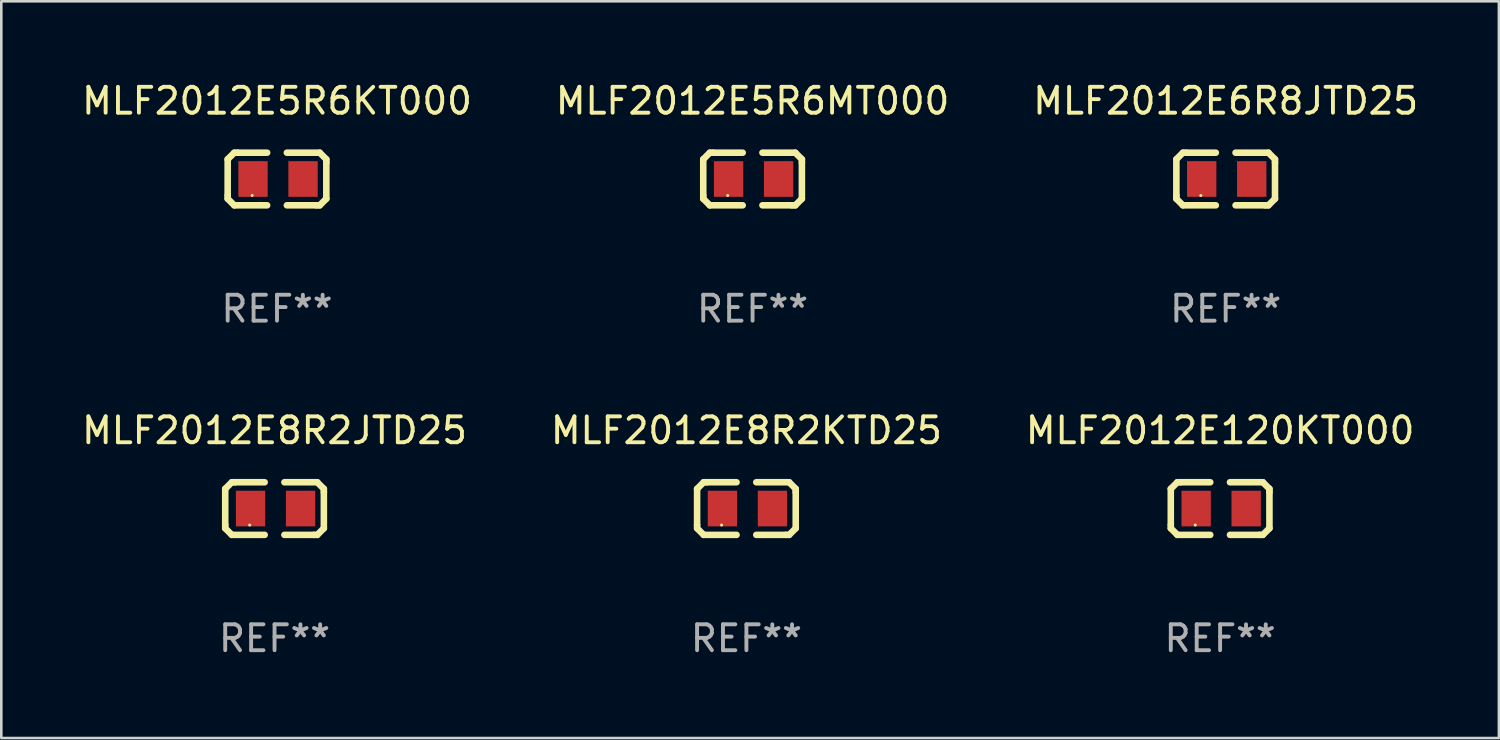
<source format=kicad_pcb>
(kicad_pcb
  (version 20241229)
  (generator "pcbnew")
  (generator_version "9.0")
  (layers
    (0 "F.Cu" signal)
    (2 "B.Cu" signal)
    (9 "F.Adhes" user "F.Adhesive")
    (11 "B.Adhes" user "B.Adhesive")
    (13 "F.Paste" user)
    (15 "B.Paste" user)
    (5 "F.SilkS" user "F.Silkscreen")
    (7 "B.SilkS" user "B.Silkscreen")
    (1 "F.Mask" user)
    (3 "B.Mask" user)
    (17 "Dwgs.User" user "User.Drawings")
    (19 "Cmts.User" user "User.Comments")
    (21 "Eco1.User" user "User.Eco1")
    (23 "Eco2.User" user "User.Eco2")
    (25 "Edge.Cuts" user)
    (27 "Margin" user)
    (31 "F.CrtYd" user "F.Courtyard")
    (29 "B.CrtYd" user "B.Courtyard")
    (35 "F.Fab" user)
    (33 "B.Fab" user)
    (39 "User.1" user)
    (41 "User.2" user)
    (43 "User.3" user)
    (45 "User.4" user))
  (footprint "MLF2012E8R2JTD25"
    (layer "F.Cu")
    (at 7.554 16.593)
    (property "Reference" "MLF2012E8R2JTD25" (at 0 -3.016 0) (layer "F.SilkS") (effects (font (size 1 1) (thickness 0.15))))
    (attr through_hole)
    (fp_line (start -1.905 -0.762) (end -1.905 0.635) (stroke (width 0.254) (type solid)) (layer "F.SilkS"))
    (fp_line (start -1.905 0.635) (end -1.905 0.762) (stroke (width 0.254) (type solid)) (layer "F.SilkS"))
    (fp_line (start -1.905 0.762) (end -1.651 1.016) (stroke (width 0.254) (type solid)) (layer "F.SilkS"))
    (fp_line (start -1.651 -1.016) (end -1.905 -0.762) (stroke (width 0.254) (type solid)) (layer "F.SilkS"))
    (fp_line (start -1.651 1.016) (end -0.381 1.016) (stroke (width 0.254) (type solid)) (layer "F.SilkS"))
    (fp_line (start -1.524 -1.016) (end -1.651 -1.016) (stroke (width 0.254) (type solid)) (layer "F.SilkS"))
    (fp_line (start -0.381 -1.016) (end -1.524 -1.016) (stroke (width 0.254) (type solid)) (layer "F.SilkS"))
    (fp_line (start 0.381 1.016) (end 1.524 1.016) (stroke (width 0.254) (type solid)) (layer "F.SilkS"))
    (fp_line (start 1.524 1.016) (end 1.651 1.016) (stroke (width 0.254) (type solid)) (layer "F.SilkS"))
    (fp_line (start 1.651 -1.016) (end 0.381 -1.016) (stroke (width 0.254) (type solid)) (layer "F.SilkS"))
    (fp_line (start 1.651 1.016) (end 1.905 0.762) (stroke (width 0.254) (type solid)) (layer "F.SilkS"))
    (fp_line (start 1.905 -0.762) (end 1.651 -1.016) (stroke (width 0.254) (type solid)) (layer "F.SilkS"))
    (fp_line (start 1.905 -0.635) (end 1.905 -0.762) (stroke (width 0.254) (type solid)) (layer "F.SilkS"))
    (fp_line (start 1.905 0.762) (end 1.905 -0.635) (stroke (width 0.254) (type solid)) (layer "F.SilkS"))
    (fp_circle (center -0.96 0.637) (end -0.93 0.637) (stroke (width 0.06) (type solid)) (fill no) (layer "F.SilkS"))
    (fp_text user "REF**" (at 0 5.016 0) (layer "F.Fab") (effects (font (size 1 1) (thickness 0.15))))
    (pad "1" smd rect (at -0.926 -0.000051) (size 1.133 1.377) (layers "F.Cu" "F.Mask" "F.Paste"))
    (pad "2" smd rect (at 1.006 -0.000051) (size 1.133 1.377) (layers "F.Cu" "F.Mask" "F.Paste")))
  (footprint "MLF2012E6R8JTD25"
    (layer "F.Cu")
    (at 44.292 3.864)
    (property "Reference" "MLF2012E6R8JTD25" (at 0 -3.016 0) (layer "F.SilkS") (effects (font (size 1 1) (thickness 0.15))))
    (attr through_hole)
    (fp_line (start -1.905 -0.762) (end -1.905 0.635) (stroke (width 0.254) (type solid)) (layer "F.SilkS"))
    (fp_line (start -1.905 0.635) (end -1.905 0.762) (stroke (width 0.254) (type solid)) (layer "F.SilkS"))
    (fp_line (start -1.905 0.762) (end -1.651 1.016) (stroke (width 0.254) (type solid)) (layer "F.SilkS"))
    (fp_line (start -1.651 -1.016) (end -1.905 -0.762) (stroke (width 0.254) (type solid)) (layer "F.SilkS"))
    (fp_line (start -1.651 1.016) (end -0.381 1.016) (stroke (width 0.254) (type solid)) (layer "F.SilkS"))
    (fp_line (start -1.524 -1.016) (end -1.651 -1.016) (stroke (width 0.254) (type solid)) (layer "F.SilkS"))
    (fp_line (start -0.381 -1.016) (end -1.524 -1.016) (stroke (width 0.254) (type solid)) (layer "F.SilkS"))
    (fp_line (start 0.381 1.016) (end 1.524 1.016) (stroke (width 0.254) (type solid)) (layer "F.SilkS"))
    (fp_line (start 1.524 1.016) (end 1.651 1.016) (stroke (width 0.254) (type solid)) (layer "F.SilkS"))
    (fp_line (start 1.651 -1.016) (end 0.381 -1.016) (stroke (width 0.254) (type solid)) (layer "F.SilkS"))
    (fp_line (start 1.651 1.016) (end 1.905 0.762) (stroke (width 0.254) (type solid)) (layer "F.SilkS"))
    (fp_line (start 1.905 -0.762) (end 1.651 -1.016) (stroke (width 0.254) (type solid)) (layer "F.SilkS"))
    (fp_line (start 1.905 -0.635) (end 1.905 -0.762) (stroke (width 0.254) (type solid)) (layer "F.SilkS"))
    (fp_line (start 1.905 0.762) (end 1.905 -0.635) (stroke (width 0.254) (type solid)) (layer "F.SilkS"))
    (fp_circle (center -0.96 0.637) (end -0.93 0.637) (stroke (width 0.06) (type solid)) (fill no) (layer "F.SilkS"))
    (fp_text user "REF**" (at 0 5.016 0) (layer "F.Fab") (effects (font (size 1 1) (thickness 0.15))))
    (pad "1" smd rect (at -0.926 -0.000051) (size 1.133 1.377) (layers "F.Cu" "F.Mask" "F.Paste"))
    (pad "2" smd rect (at 1.006 -0.000051) (size 1.133 1.377) (layers "F.Cu" "F.Mask" "F.Paste")))
  (footprint "MLF2012E5R6MT000"
    (layer "F.Cu")
    (at 26.018 3.864)
    (property "Reference" "MLF2012E5R6MT000" (at 0 -3.016 0) (layer "F.SilkS") (effects (font (size 1 1) (thickness 0.15))))
    (attr through_hole)
    (fp_line (start -1.905 -0.762) (end -1.905 0.635) (stroke (width 0.254) (type solid)) (layer "F.SilkS"))
    (fp_line (start -1.905 0.635) (end -1.905 0.762) (stroke (width 0.254) (type solid)) (layer "F.SilkS"))
    (fp_line (start -1.905 0.762) (end -1.651 1.016) (stroke (width 0.254) (type solid)) (layer "F.SilkS"))
    (fp_line (start -1.651 -1.016) (end -1.905 -0.762) (stroke (width 0.254) (type solid)) (layer "F.SilkS"))
    (fp_line (start -1.651 1.016) (end -0.381 1.016) (stroke (width 0.254) (type solid)) (layer "F.SilkS"))
    (fp_line (start -1.524 -1.016) (end -1.651 -1.016) (stroke (width 0.254) (type solid)) (layer "F.SilkS"))
    (fp_line (start -0.381 -1.016) (end -1.524 -1.016) (stroke (width 0.254) (type solid)) (layer "F.SilkS"))
    (fp_line (start 0.381 1.016) (end 1.524 1.016) (stroke (width 0.254) (type solid)) (layer "F.SilkS"))
    (fp_line (start 1.524 1.016) (end 1.651 1.016) (stroke (width 0.254) (type solid)) (layer "F.SilkS"))
    (fp_line (start 1.651 -1.016) (end 0.381 -1.016) (stroke (width 0.254) (type solid)) (layer "F.SilkS"))
    (fp_line (start 1.651 1.016) (end 1.905 0.762) (stroke (width 0.254) (type solid)) (layer "F.SilkS"))
    (fp_line (start 1.905 -0.762) (end 1.651 -1.016) (stroke (width 0.254) (type solid)) (layer "F.SilkS"))
    (fp_line (start 1.905 -0.635) (end 1.905 -0.762) (stroke (width 0.254) (type solid)) (layer "F.SilkS"))
    (fp_line (start 1.905 0.762) (end 1.905 -0.635) (stroke (width 0.254) (type solid)) (layer "F.SilkS"))
    (fp_circle (center -0.96 0.637) (end -0.93 0.637) (stroke (width 0.06) (type solid)) (fill no) (layer "F.SilkS"))
    (fp_text user "REF**" (at 0 5.016 0) (layer "F.Fab") (effects (font (size 1 1) (thickness 0.15))))
    (pad "1" smd rect (at -0.926 -0.000051) (size 1.133 1.377) (layers "F.Cu" "F.Mask" "F.Paste"))
    (pad "2" smd rect (at 1.006 -0.000051) (size 1.133 1.377) (layers "F.Cu" "F.Mask" "F.Paste")))
  (footprint "MLF2012E5R6KT000"
    (layer "F.Cu")
    (at 7.649 3.864)
    (property "Reference" "MLF2012E5R6KT000" (at 0 -3.016 0) (layer "F.SilkS") (effects (font (size 1 1) (thickness 0.15))))
    (attr through_hole)
    (fp_line (start -1.905 -0.762) (end -1.905 0.635) (stroke (width 0.254) (type solid)) (layer "F.SilkS"))
    (fp_line (start -1.905 0.635) (end -1.905 0.762) (stroke (width 0.254) (type solid)) (layer "F.SilkS"))
    (fp_line (start -1.905 0.762) (end -1.651 1.016) (stroke (width 0.254) (type solid)) (layer "F.SilkS"))
    (fp_line (start -1.651 -1.016) (end -1.905 -0.762) (stroke (width 0.254) (type solid)) (layer "F.SilkS"))
    (fp_line (start -1.651 1.016) (end -0.381 1.016) (stroke (width 0.254) (type solid)) (layer "F.SilkS"))
    (fp_line (start -1.524 -1.016) (end -1.651 -1.016) (stroke (width 0.254) (type solid)) (layer "F.SilkS"))
    (fp_line (start -0.381 -1.016) (end -1.524 -1.016) (stroke (width 0.254) (type solid)) (layer "F.SilkS"))
    (fp_line (start 0.381 1.016) (end 1.524 1.016) (stroke (width 0.254) (type solid)) (layer "F.SilkS"))
    (fp_line (start 1.524 1.016) (end 1.651 1.016) (stroke (width 0.254) (type solid)) (layer "F.SilkS"))
    (fp_line (start 1.651 -1.016) (end 0.381 -1.016) (stroke (width 0.254) (type solid)) (layer "F.SilkS"))
    (fp_line (start 1.651 1.016) (end 1.905 0.762) (stroke (width 0.254) (type solid)) (layer "F.SilkS"))
    (fp_line (start 1.905 -0.762) (end 1.651 -1.016) (stroke (width 0.254) (type solid)) (layer "F.SilkS"))
    (fp_line (start 1.905 -0.635) (end 1.905 -0.762) (stroke (width 0.254) (type solid)) (layer "F.SilkS"))
    (fp_line (start 1.905 0.762) (end 1.905 -0.635) (stroke (width 0.254) (type solid)) (layer "F.SilkS"))
    (fp_circle (center -0.96 0.637) (end -0.93 0.637) (stroke (width 0.06) (type solid)) (fill no) (layer "F.SilkS"))
    (fp_text user "REF**" (at 0 5.016 0) (layer "F.Fab") (effects (font (size 1 1) (thickness 0.15))))
    (pad "1" smd rect (at -0.926 -0.000051) (size 1.133 1.377) (layers "F.Cu" "F.Mask" "F.Paste"))
    (pad "2" smd rect (at 1.006 -0.000051) (size 1.133 1.377) (layers "F.Cu" "F.Mask" "F.Paste")))
  (footprint "MLF2012E120KT000"
    (layer "F.Cu")
    (at 44.077 16.593)
    (property "Reference" "MLF2012E120KT000" (at 0 -3.016 0) (layer "F.SilkS") (effects (font (size 1 1) (thickness 0.15))))
    (attr through_hole)
    (fp_line (start -1.905 -0.762) (end -1.905 0.635) (stroke (width 0.254) (type solid)) (layer "F.SilkS"))
    (fp_line (start -1.905 0.635) (end -1.905 0.762) (stroke (width 0.254) (type solid)) (layer "F.SilkS"))
    (fp_line (start -1.905 0.762) (end -1.651 1.016) (stroke (width 0.254) (type solid)) (layer "F.SilkS"))
    (fp_line (start -1.651 -1.016) (end -1.905 -0.762) (stroke (width 0.254) (type solid)) (layer "F.SilkS"))
    (fp_line (start -1.651 1.016) (end -0.381 1.016) (stroke (width 0.254) (type solid)) (layer "F.SilkS"))
    (fp_line (start -1.524 -1.016) (end -1.651 -1.016) (stroke (width 0.254) (type solid)) (layer "F.SilkS"))
    (fp_line (start -0.381 -1.016) (end -1.524 -1.016) (stroke (width 0.254) (type solid)) (layer "F.SilkS"))
    (fp_line (start 0.381 1.016) (end 1.524 1.016) (stroke (width 0.254) (type solid)) (layer "F.SilkS"))
    (fp_line (start 1.524 1.016) (end 1.651 1.016) (stroke (width 0.254) (type solid)) (layer "F.SilkS"))
    (fp_line (start 1.651 -1.016) (end 0.381 -1.016) (stroke (width 0.254) (type solid)) (layer "F.SilkS"))
    (fp_line (start 1.651 1.016) (end 1.905 0.762) (stroke (width 0.254) (type solid)) (layer "F.SilkS"))
    (fp_line (start 1.905 -0.762) (end 1.651 -1.016) (stroke (width 0.254) (type solid)) (layer "F.SilkS"))
    (fp_line (start 1.905 -0.635) (end 1.905 -0.762) (stroke (width 0.254) (type solid)) (layer "F.SilkS"))
    (fp_line (start 1.905 0.762) (end 1.905 -0.635) (stroke (width 0.254) (type solid)) (layer "F.SilkS"))
    (fp_circle (center -0.96 0.637) (end -0.93 0.637) (stroke (width 0.06) (type solid)) (fill no) (layer "F.SilkS"))
    (fp_text user "REF**" (at 0 5.016 0) (layer "F.Fab") (effects (font (size 1 1) (thickness 0.15))))
    (pad "1" smd rect (at -0.926 -0.000051) (size 1.133 1.377) (layers "F.Cu" "F.Mask" "F.Paste"))
    (pad "2" smd rect (at 1.006 -0.000051) (size 1.133 1.377) (layers "F.Cu" "F.Mask" "F.Paste")))
  (footprint "MLF2012E8R2KTD25"
    (layer "F.Cu")
    (at 25.78 16.593)
    (property "Reference" "MLF2012E8R2KTD25" (at 0 -3.016 0) (layer "F.SilkS") (effects (font (size 1 1) (thickness 0.15))))
    (attr through_hole)
    (fp_line (start -1.905 -0.762) (end -1.905 0.635) (stroke (width 0.254) (type solid)) (layer "F.SilkS"))
    (fp_line (start -1.905 0.635) (end -1.905 0.762) (stroke (width 0.254) (type solid)) (layer "F.SilkS"))
    (fp_line (start -1.905 0.762) (end -1.651 1.016) (stroke (width 0.254) (type solid)) (layer "F.SilkS"))
    (fp_line (start -1.651 -1.016) (end -1.905 -0.762) (stroke (width 0.254) (type solid)) (layer "F.SilkS"))
    (fp_line (start -1.651 1.016) (end -0.381 1.016) (stroke (width 0.254) (type solid)) (layer "F.SilkS"))
    (fp_line (start -1.524 -1.016) (end -1.651 -1.016) (stroke (width 0.254) (type solid)) (layer "F.SilkS"))
    (fp_line (start -0.381 -1.016) (end -1.524 -1.016) (stroke (width 0.254) (type solid)) (layer "F.SilkS"))
    (fp_line (start 0.381 1.016) (end 1.524 1.016) (stroke (width 0.254) (type solid)) (layer "F.SilkS"))
    (fp_line (start 1.524 1.016) (end 1.651 1.016) (stroke (width 0.254) (type solid)) (layer "F.SilkS"))
    (fp_line (start 1.651 -1.016) (end 0.381 -1.016) (stroke (width 0.254) (type solid)) (layer "F.SilkS"))
    (fp_line (start 1.651 1.016) (end 1.905 0.762) (stroke (width 0.254) (type solid)) (layer "F.SilkS"))
    (fp_line (start 1.905 -0.762) (end 1.651 -1.016) (stroke (width 0.254) (type solid)) (layer "F.SilkS"))
    (fp_line (start 1.905 -0.635) (end 1.905 -0.762) (stroke (width 0.254) (type solid)) (layer "F.SilkS"))
    (fp_line (start 1.905 0.762) (end 1.905 -0.635) (stroke (width 0.254) (type solid)) (layer "F.SilkS"))
    (fp_circle (center -0.96 0.637) (end -0.93 0.637) (stroke (width 0.06) (type solid)) (fill no) (layer "F.SilkS"))
    (fp_text user "REF**" (at 0 5.016 0) (layer "F.Fab") (effects (font (size 1 1) (thickness 0.15))))
    (pad "1" smd rect (at -0.926 -0.000051) (size 1.133 1.377) (layers "F.Cu" "F.Mask" "F.Paste"))
    (pad "2" smd rect (at 1.006 -0.000051) (size 1.133 1.377) (layers "F.Cu" "F.Mask" "F.Paste")))
  (gr_rect
    (start -3 -3)
    (end 54.845 25.457)
    (stroke (width 0.1) (type default))
    (fill no)
    (layer "Edge.Cuts")))
</source>
